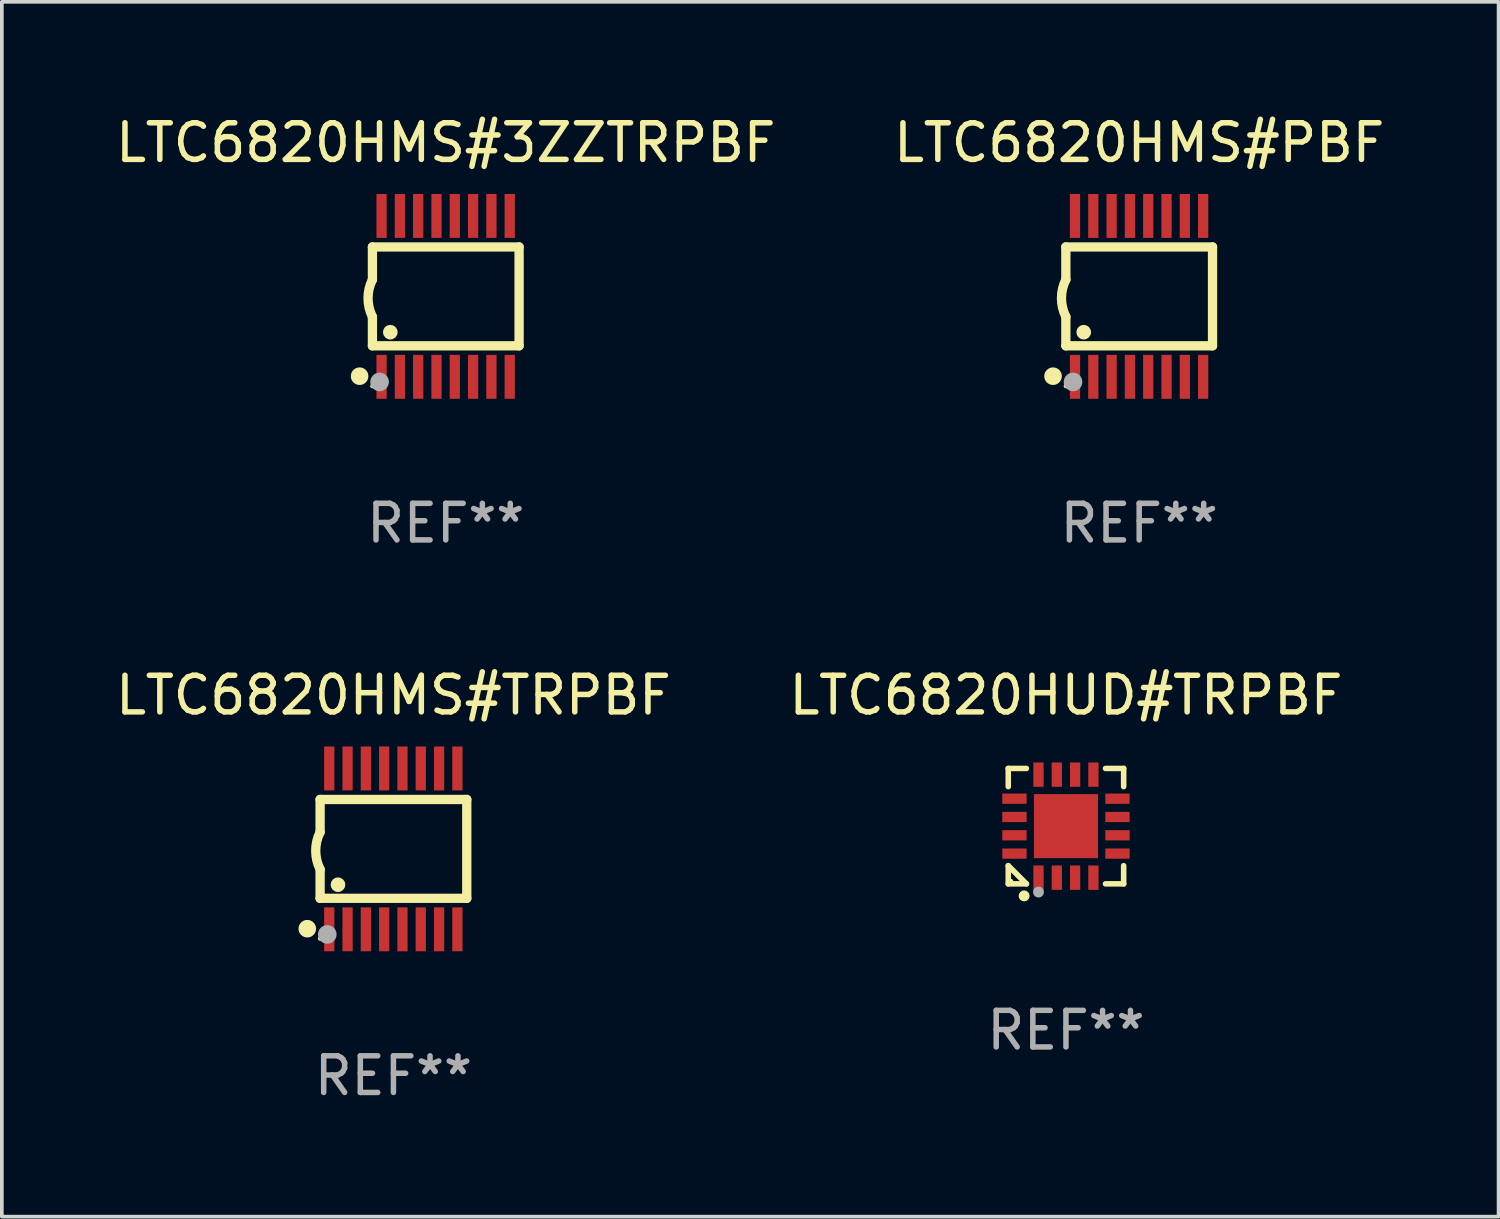
<source format=kicad_pcb>
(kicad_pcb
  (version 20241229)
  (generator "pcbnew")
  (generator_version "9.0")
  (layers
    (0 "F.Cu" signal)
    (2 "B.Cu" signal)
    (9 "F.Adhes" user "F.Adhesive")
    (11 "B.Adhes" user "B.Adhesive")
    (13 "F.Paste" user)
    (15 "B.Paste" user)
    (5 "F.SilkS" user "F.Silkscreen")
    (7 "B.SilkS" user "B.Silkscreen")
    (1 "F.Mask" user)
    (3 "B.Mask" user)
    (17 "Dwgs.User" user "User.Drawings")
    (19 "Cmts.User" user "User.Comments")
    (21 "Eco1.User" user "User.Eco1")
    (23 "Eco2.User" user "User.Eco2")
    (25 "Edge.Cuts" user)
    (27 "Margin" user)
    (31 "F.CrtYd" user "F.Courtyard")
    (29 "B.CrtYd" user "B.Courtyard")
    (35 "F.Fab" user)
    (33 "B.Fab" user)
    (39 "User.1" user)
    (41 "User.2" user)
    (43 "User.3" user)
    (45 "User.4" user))
  (footprint "LTC6820HMS#3ZZTRPBF"
    (layer "F.Cu")
    (at 9.125 5.045)
    (property "Reference" "LTC6820HMS#3ZZTRPBF" (at 0 -4.197 0) (layer "F.SilkS") (effects (font (size 1 1) (thickness 0.15))))
    (attr through_hole)
    (fp_line (start -2.003 -1.35) (end -2.003 -0.457) (stroke (width 0.254) (type solid)) (layer "F.SilkS"))
    (fp_line (start -2.003 -1.35) (end 2.003 -1.35) (stroke (width 0.254) (type solid)) (layer "F.SilkS"))
    (fp_line (start -2.003 1.35) (end -2.003 0.559) (stroke (width 0.254) (type solid)) (layer "F.SilkS"))
    (fp_line (start -2.003 1.35) (end 2.003 1.35) (stroke (width 0.254) (type solid)) (layer "F.SilkS"))
    (fp_line (start 2.003 -1.35) (end 2.003 1.35) (stroke (width 0.254) (type solid)) (layer "F.SilkS"))
    (fp_arc (start -2.002286 0.558802) (mid -2.122556 0.05092) (end -2.003302 -0.457201) (stroke (width 0.254001) (type solid)) (layer "F.SilkS"))
    (fp_circle (center -2.353 2.18) (end -2.233 2.18) (stroke (width 0.24) (type solid)) (fill no) (layer "F.SilkS"))
    (fp_circle (center -2.003 2.45) (end -1.973 2.45) (stroke (width 0.06) (type solid)) (fill no) (layer "F.SilkS"))
    (fp_circle (center -1.515 0.978) (end -1.415 0.978) (stroke (width 0.2) (type solid)) (fill no) (layer "F.SilkS"))
    (fp_circle (center -1.807 2.337) (end -1.68 2.337) (stroke (width 0.254) (type solid)) (fill no) (layer "F.Fab"))
    (fp_text user "REF**" (at 0 6.197 0) (layer "F.Fab") (effects (font (size 1 1) (thickness 0.15))))
    (pad "1" smd rect (at -1.753 2.197 90) (size 1.2 0.28) (layers "F.Cu" "F.Mask" "F.Paste"))
    (pad "2" smd rect (at -1.253 2.197 90) (size 1.2 0.28) (layers "F.Cu" "F.Mask" "F.Paste"))
    (pad "3" smd rect (at -0.753 2.197 90) (size 1.2 0.28) (layers "F.Cu" "F.Mask" "F.Paste"))
    (pad "4" smd rect (at -0.253 2.197 90) (size 1.2 0.28) (layers "F.Cu" "F.Mask" "F.Paste"))
    (pad "5" smd rect (at 0.247 2.197 90) (size 1.2 0.28) (layers "F.Cu" "F.Mask" "F.Paste"))
    (pad "6" smd rect (at 0.747 2.197 90) (size 1.2 0.28) (layers "F.Cu" "F.Mask" "F.Paste"))
    (pad "7" smd rect (at 1.247 2.197 90) (size 1.2 0.28) (layers "F.Cu" "F.Mask" "F.Paste"))
    (pad "8" smd rect (at 1.747 2.197 90) (size 1.2 0.28) (layers "F.Cu" "F.Mask" "F.Paste"))
    (pad "9" smd rect (at 1.747 -2.197 90) (size 1.2 0.28) (layers "F.Cu" "F.Mask" "F.Paste"))
    (pad "10" smd rect (at 1.247 -2.197 90) (size 1.2 0.28) (layers "F.Cu" "F.Mask" "F.Paste"))
    (pad "11" smd rect (at 0.747 -2.197 90) (size 1.2 0.28) (layers "F.Cu" "F.Mask" "F.Paste"))
    (pad "12" smd rect (at 0.247 -2.197 90) (size 1.2 0.28) (layers "F.Cu" "F.Mask" "F.Paste"))
    (pad "13" smd rect (at -0.253 -2.197 90) (size 1.2 0.28) (layers "F.Cu" "F.Mask" "F.Paste"))
    (pad "14" smd rect (at -0.753 -2.197 90) (size 1.2 0.28) (layers "F.Cu" "F.Mask" "F.Paste"))
    (pad "15" smd rect (at -1.253 -2.197 90) (size 1.2 0.28) (layers "F.Cu" "F.Mask" "F.Paste"))
    (pad "16" smd rect (at -1.753 -2.197 90) (size 1.2 0.28) (layers "F.Cu" "F.Mask" "F.Paste")))
  (footprint "LTC6820HUD#TRPBF"
    (layer "F.Cu")
    (at 26.065 19.515)
    (property "Reference" "LTC6820HUD#TRPBF" (at 0 -3.576 0) (layer "F.SilkS") (effects (font (size 1 1) (thickness 0.15))))
    (attr through_hole)
    (fp_line (start -1.576 -1.576) (end -1.08 -1.576) (stroke (width 0.152) (type solid)) (layer "F.SilkS"))
    (fp_line (start -1.576 -1.08) (end -1.576 -1.576) (stroke (width 0.152) (type solid)) (layer "F.SilkS"))
    (fp_line (start -1.576 1.08) (end -1.576 1.576) (stroke (width 0.152) (type solid)) (layer "F.SilkS"))
    (fp_line (start -1.576 1.576) (end -1.08 1.576) (stroke (width 0.152) (type solid)) (layer "F.SilkS"))
    (fp_line (start -1.08 1.576) (end -1.576 1.08) (stroke (width 0.152) (type solid)) (layer "F.SilkS"))
    (fp_line (start 1.576 -1.576) (end 1.08 -1.576) (stroke (width 0.152) (type solid)) (layer "F.SilkS"))
    (fp_line (start 1.576 -1.08) (end 1.576 -1.576) (stroke (width 0.152) (type solid)) (layer "F.SilkS"))
    (fp_line (start 1.576 1.08) (end 1.576 1.576) (stroke (width 0.152) (type solid)) (layer "F.SilkS"))
    (fp_line (start 1.576 1.576) (end 1.08 1.576) (stroke (width 0.152) (type solid)) (layer "F.SilkS"))
    (fp_circle (center -1.5 1.5) (end -1.47 1.5) (stroke (width 0.06) (type solid)) (fill no) (layer "F.SilkS"))
    (fp_circle (center -1.143 1.905) (end -1.068 1.905) (stroke (width 0.15) (type solid)) (fill no) (layer "F.SilkS"))
    (fp_circle (center -0.75 1.8) (end -0.675 1.8) (stroke (width 0.15) (type solid)) (fill no) (layer "F.Fab"))
    (fp_text user "REF**" (at 0 5.576 0) (layer "F.Fab") (effects (font (size 1 1) (thickness 0.15))))
    (pad "1" smd rect (at -0.75 1.407) (size 0.28 0.665) (layers "F.Cu" "F.Mask" "F.Paste"))
    (pad "2" smd rect (at -0.25 1.407) (size 0.28 0.665) (layers "F.Cu" "F.Mask" "F.Paste"))
    (pad "3" smd rect (at 0.25 1.407) (size 0.28 0.665) (layers "F.Cu" "F.Mask" "F.Paste"))
    (pad "4" smd rect (at 0.75 1.407) (size 0.28 0.665) (layers "F.Cu" "F.Mask" "F.Paste"))
    (pad "5" smd rect (at 1.407 0.75) (size 0.665 0.28) (layers "F.Cu" "F.Mask" "F.Paste"))
    (pad "6" smd rect (at 1.407 0.25) (size 0.665 0.28) (layers "F.Cu" "F.Mask" "F.Paste"))
    (pad "7" smd rect (at 1.407 -0.25) (size 0.665 0.28) (layers "F.Cu" "F.Mask" "F.Paste"))
    (pad "8" smd rect (at 1.407 -0.75) (size 0.665 0.28) (layers "F.Cu" "F.Mask" "F.Paste"))
    (pad "9" smd rect (at 0.75 -1.407) (size 0.28 0.665) (layers "F.Cu" "F.Mask" "F.Paste"))
    (pad "10" smd rect (at 0.25 -1.407) (size 0.28 0.665) (layers "F.Cu" "F.Mask" "F.Paste"))
    (pad "11" smd rect (at -0.25 -1.407) (size 0.28 0.665) (layers "F.Cu" "F.Mask" "F.Paste"))
    (pad "12" smd rect (at -0.75 -1.407) (size 0.28 0.665) (layers "F.Cu" "F.Mask" "F.Paste"))
    (pad "13" smd rect (at -1.407 -0.75) (size 0.665 0.28) (layers "F.Cu" "F.Mask" "F.Paste"))
    (pad "14" smd rect (at -1.407 -0.25) (size 0.665 0.28) (layers "F.Cu" "F.Mask" "F.Paste"))
    (pad "15" smd rect (at -1.407 0.25) (size 0.665 0.28) (layers "F.Cu" "F.Mask" "F.Paste"))
    (pad "16" smd rect (at -1.407 0.75) (size 0.665 0.28) (layers "F.Cu" "F.Mask" "F.Paste"))
    (pad "17" smd rect (at 0 0) (size 1.75 1.75) (layers "F.Cu" "F.Mask" "F.Paste")))
  (footprint "LTC6820HMS#TRPBF"
    (layer "F.Cu")
    (at 7.696 20.136)
    (property "Reference" "LTC6820HMS#TRPBF" (at 0 -4.197 0) (layer "F.SilkS") (effects (font (size 1 1) (thickness 0.15))))
    (attr through_hole)
    (fp_line (start -2.003 -1.35) (end -2.003 -0.457) (stroke (width 0.254) (type solid)) (layer "F.SilkS"))
    (fp_line (start -2.003 -1.35) (end 2.003 -1.35) (stroke (width 0.254) (type solid)) (layer "F.SilkS"))
    (fp_line (start -2.003 1.35) (end -2.003 0.559) (stroke (width 0.254) (type solid)) (layer "F.SilkS"))
    (fp_line (start -2.003 1.35) (end 2.003 1.35) (stroke (width 0.254) (type solid)) (layer "F.SilkS"))
    (fp_line (start 2.003 -1.35) (end 2.003 1.35) (stroke (width 0.254) (type solid)) (layer "F.SilkS"))
    (fp_arc (start -2.002286 0.558802) (mid -2.122556 0.05092) (end -2.003302 -0.457201) (stroke (width 0.254001) (type solid)) (layer "F.SilkS"))
    (fp_circle (center -2.353 2.18) (end -2.233 2.18) (stroke (width 0.24) (type solid)) (fill no) (layer "F.SilkS"))
    (fp_circle (center -2.003 2.45) (end -1.973 2.45) (stroke (width 0.06) (type solid)) (fill no) (layer "F.SilkS"))
    (fp_circle (center -1.515 0.978) (end -1.415 0.978) (stroke (width 0.2) (type solid)) (fill no) (layer "F.SilkS"))
    (fp_circle (center -1.807 2.337) (end -1.68 2.337) (stroke (width 0.254) (type solid)) (fill no) (layer "F.Fab"))
    (fp_text user "REF**" (at 0 6.197 0) (layer "F.Fab") (effects (font (size 1 1) (thickness 0.15))))
    (pad "1" smd rect (at -1.753 2.197 90) (size 1.2 0.28) (layers "F.Cu" "F.Mask" "F.Paste"))
    (pad "2" smd rect (at -1.253 2.197 90) (size 1.2 0.28) (layers "F.Cu" "F.Mask" "F.Paste"))
    (pad "3" smd rect (at -0.753 2.197 90) (size 1.2 0.28) (layers "F.Cu" "F.Mask" "F.Paste"))
    (pad "4" smd rect (at -0.253 2.197 90) (size 1.2 0.28) (layers "F.Cu" "F.Mask" "F.Paste"))
    (pad "5" smd rect (at 0.247 2.197 90) (size 1.2 0.28) (layers "F.Cu" "F.Mask" "F.Paste"))
    (pad "6" smd rect (at 0.747 2.197 90) (size 1.2 0.28) (layers "F.Cu" "F.Mask" "F.Paste"))
    (pad "7" smd rect (at 1.247 2.197 90) (size 1.2 0.28) (layers "F.Cu" "F.Mask" "F.Paste"))
    (pad "8" smd rect (at 1.747 2.197 90) (size 1.2 0.28) (layers "F.Cu" "F.Mask" "F.Paste"))
    (pad "9" smd rect (at 1.747 -2.197 90) (size 1.2 0.28) (layers "F.Cu" "F.Mask" "F.Paste"))
    (pad "10" smd rect (at 1.247 -2.197 90) (size 1.2 0.28) (layers "F.Cu" "F.Mask" "F.Paste"))
    (pad "11" smd rect (at 0.747 -2.197 90) (size 1.2 0.28) (layers "F.Cu" "F.Mask" "F.Paste"))
    (pad "12" smd rect (at 0.247 -2.197 90) (size 1.2 0.28) (layers "F.Cu" "F.Mask" "F.Paste"))
    (pad "13" smd rect (at -0.253 -2.197 90) (size 1.2 0.28) (layers "F.Cu" "F.Mask" "F.Paste"))
    (pad "14" smd rect (at -0.753 -2.197 90) (size 1.2 0.28) (layers "F.Cu" "F.Mask" "F.Paste"))
    (pad "15" smd rect (at -1.253 -2.197 90) (size 1.2 0.28) (layers "F.Cu" "F.Mask" "F.Paste"))
    (pad "16" smd rect (at -1.753 -2.197 90) (size 1.2 0.28) (layers "F.Cu" "F.Mask" "F.Paste")))
  (footprint "LTC6820HMS#PBF"
    (layer "F.Cu")
    (at 28.065 5.045)
    (property "Reference" "LTC6820HMS#PBF" (at 0 -4.197 0) (layer "F.SilkS") (effects (font (size 1 1) (thickness 0.15))))
    (attr through_hole)
    (fp_line (start -2.003 -1.35) (end -2.003 -0.457) (stroke (width 0.254) (type solid)) (layer "F.SilkS"))
    (fp_line (start -2.003 -1.35) (end 2.003 -1.35) (stroke (width 0.254) (type solid)) (layer "F.SilkS"))
    (fp_line (start -2.003 1.35) (end -2.003 0.559) (stroke (width 0.254) (type solid)) (layer "F.SilkS"))
    (fp_line (start -2.003 1.35) (end 2.003 1.35) (stroke (width 0.254) (type solid)) (layer "F.SilkS"))
    (fp_line (start 2.003 -1.35) (end 2.003 1.35) (stroke (width 0.254) (type solid)) (layer "F.SilkS"))
    (fp_arc (start -2.002286 0.558802) (mid -2.122556 0.05092) (end -2.003302 -0.457201) (stroke (width 0.254001) (type solid)) (layer "F.SilkS"))
    (fp_circle (center -2.353 2.18) (end -2.233 2.18) (stroke (width 0.24) (type solid)) (fill no) (layer "F.SilkS"))
    (fp_circle (center -2.003 2.45) (end -1.973 2.45) (stroke (width 0.06) (type solid)) (fill no) (layer "F.SilkS"))
    (fp_circle (center -1.515 0.978) (end -1.415 0.978) (stroke (width 0.2) (type solid)) (fill no) (layer "F.SilkS"))
    (fp_circle (center -1.807 2.337) (end -1.68 2.337) (stroke (width 0.254) (type solid)) (fill no) (layer "F.Fab"))
    (fp_text user "REF**" (at 0 6.197 0) (layer "F.Fab") (effects (font (size 1 1) (thickness 0.15))))
    (pad "1" smd rect (at -1.753 2.197 90) (size 1.2 0.28) (layers "F.Cu" "F.Mask" "F.Paste"))
    (pad "2" smd rect (at -1.253 2.197 90) (size 1.2 0.28) (layers "F.Cu" "F.Mask" "F.Paste"))
    (pad "3" smd rect (at -0.753 2.197 90) (size 1.2 0.28) (layers "F.Cu" "F.Mask" "F.Paste"))
    (pad "4" smd rect (at -0.253 2.197 90) (size 1.2 0.28) (layers "F.Cu" "F.Mask" "F.Paste"))
    (pad "5" smd rect (at 0.247 2.197 90) (size 1.2 0.28) (layers "F.Cu" "F.Mask" "F.Paste"))
    (pad "6" smd rect (at 0.747 2.197 90) (size 1.2 0.28) (layers "F.Cu" "F.Mask" "F.Paste"))
    (pad "7" smd rect (at 1.247 2.197 90) (size 1.2 0.28) (layers "F.Cu" "F.Mask" "F.Paste"))
    (pad "8" smd rect (at 1.747 2.197 90) (size 1.2 0.28) (layers "F.Cu" "F.Mask" "F.Paste"))
    (pad "9" smd rect (at 1.747 -2.197 90) (size 1.2 0.28) (layers "F.Cu" "F.Mask" "F.Paste"))
    (pad "10" smd rect (at 1.247 -2.197 90) (size 1.2 0.28) (layers "F.Cu" "F.Mask" "F.Paste"))
    (pad "11" smd rect (at 0.747 -2.197 90) (size 1.2 0.28) (layers "F.Cu" "F.Mask" "F.Paste"))
    (pad "12" smd rect (at 0.247 -2.197 90) (size 1.2 0.28) (layers "F.Cu" "F.Mask" "F.Paste"))
    (pad "13" smd rect (at -0.253 -2.197 90) (size 1.2 0.28) (layers "F.Cu" "F.Mask" "F.Paste"))
    (pad "14" smd rect (at -0.753 -2.197 90) (size 1.2 0.28) (layers "F.Cu" "F.Mask" "F.Paste"))
    (pad "15" smd rect (at -1.253 -2.197 90) (size 1.2 0.28) (layers "F.Cu" "F.Mask" "F.Paste"))
    (pad "16" smd rect (at -1.753 -2.197 90) (size 1.2 0.28) (layers "F.Cu" "F.Mask" "F.Paste")))
  (gr_rect
    (start -3 -3)
    (end 37.881 30.181)
    (stroke (width 0.1) (type default))
    (fill no)
    (layer "Edge.Cuts")))
</source>
